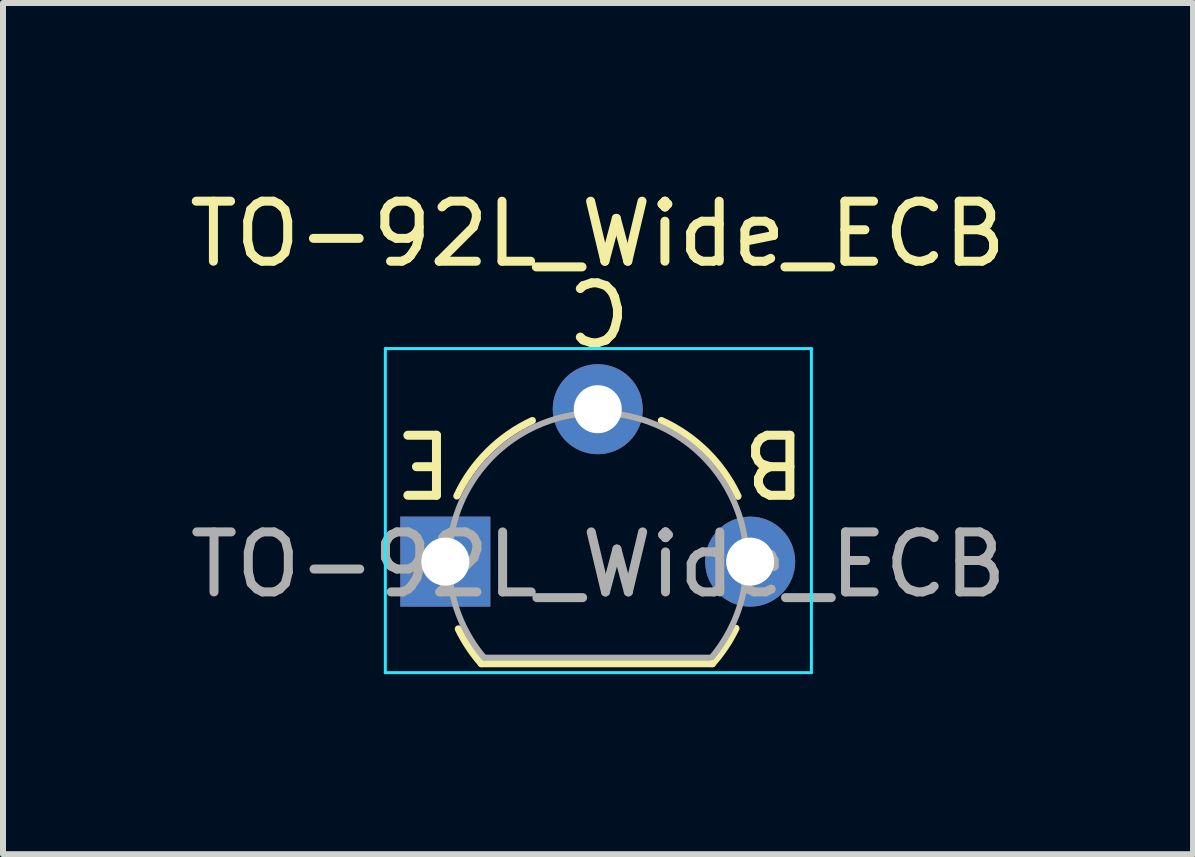
<source format=kicad_pcb>
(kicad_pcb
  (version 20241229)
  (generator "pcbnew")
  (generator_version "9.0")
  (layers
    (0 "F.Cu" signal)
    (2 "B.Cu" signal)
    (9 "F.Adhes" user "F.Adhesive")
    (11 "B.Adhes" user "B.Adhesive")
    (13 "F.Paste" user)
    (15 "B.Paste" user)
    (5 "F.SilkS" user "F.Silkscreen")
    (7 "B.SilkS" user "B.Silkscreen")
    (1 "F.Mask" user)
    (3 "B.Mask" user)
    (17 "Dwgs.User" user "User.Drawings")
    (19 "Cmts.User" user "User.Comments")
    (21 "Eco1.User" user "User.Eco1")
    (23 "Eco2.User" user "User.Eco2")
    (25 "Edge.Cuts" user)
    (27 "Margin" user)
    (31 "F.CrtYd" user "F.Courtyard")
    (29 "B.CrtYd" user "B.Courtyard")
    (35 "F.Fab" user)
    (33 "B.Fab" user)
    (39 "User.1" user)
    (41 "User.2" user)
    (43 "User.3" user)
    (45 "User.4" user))
  (footprint "TO-92L_Wide_ECB"
    (layer "F.Cu")
    (at 4.371 6.309)
    (property "Reference" "TO-92L_Wide_ECB" (at 2.54 -5.461 0) (layer "F.SilkS") (effects (font (size 1 1) (thickness 0.15))))
    (fp_line (start 0.6 1.7) (end 4.45 1.7) (stroke (width 0.12) (type solid)) (layer "F.SilkS"))
    (fp_arc (start 0.192226 -1.094786) (mid 0.710119 -1.833613) (end 1.45 -2.35) (stroke (width 0.12) (type solid)) (layer "F.SilkS"))
    (fp_arc (start 0.6 1.7) (mid 0.389183 1.423933) (end 0.217369 1.122045) (stroke (width 0.12) (type solid)) (layer "F.SilkS"))
    (fp_arc (start 3.6 -2.35) (mid 4.351408 -1.834367) (end 4.876463 -1.089513) (stroke (width 0.12) (type solid)) (layer "F.SilkS"))
    (fp_arc (start 4.842383 1.112264) (mid 4.666594 1.419753) (end 4.45 1.7) (stroke (width 0.12) (type solid)) (layer "F.SilkS"))
    (fp_line (start -1 -3.55) (end -1 1.85) (stroke (width 0.05) (type solid)) (layer "B.CrtYd"))
    (fp_line (start -1 1.85) (end 6.1 1.85) (stroke (width 0.05) (type solid)) (layer "B.CrtYd"))
    (fp_line (start 6.1 -3.55) (end -1 -3.55) (stroke (width 0.05) (type solid)) (layer "B.CrtYd"))
    (fp_line (start 6.1 1.85) (end 6.1 -3.55) (stroke (width 0.05) (type solid)) (layer "B.CrtYd"))
    (fp_line (start 0.65 1.6) (end 4.4 1.6) (stroke (width 0.1) (type solid)) (layer "F.Fab"))
    (fp_arc (start 0.647182 1.602385) (mid 0.290076 -1.043188) (end 2.54 -2.48) (stroke (width 0.1) (type solid)) (layer "F.Fab"))
    (fp_arc (start 2.54 -2.48) (mid 4.787211 -1.049019) (end 4.441103 1.592547) (stroke (width 0.1) (type solid)) (layer "F.Fab"))
    (fp_text user "B" (at 5.48 -1.651 180) (unlocked yes) (layer "F.SilkS") (effects (font (size 1 1) (thickness 0.15))))
    (fp_text user "E" (at -0.362 -1.651 180) (unlocked yes) (layer "F.SilkS") (effects (font (size 1 1) (thickness 0.15))))
    (fp_text user "C" (at 2.559 -4.191 180) (unlocked yes) (layer "F.SilkS") (effects (font (size 1 1) (thickness 0.15))))
    (fp_text user "${REFERENCE}" (at 2.55 0.05 0) (layer "F.Fab") (effects (font (size 1 1) (thickness 0.15))))
    (pad "1" thru_hole rect (at 0 0 90) (size 1.5 1.5) (drill 0.8) (layers "*.Cu" "*.Mask"))
    (pad "2" thru_hole circle (at 2.54 -2.54 90) (size 1.5 1.5) (drill 0.8) (layers "*.Cu" "*.Mask"))
    (pad "3" thru_hole circle (at 5.08 0 90) (size 1.5 1.5) (drill 0.8) (layers "*.Cu" "*.Mask")))
  (gr_rect
    (start -3 -3)
    (end 16.831 11.184)
    (stroke (width 0.1) (type default))
    (fill no)
    (layer "Edge.Cuts")))
</source>
